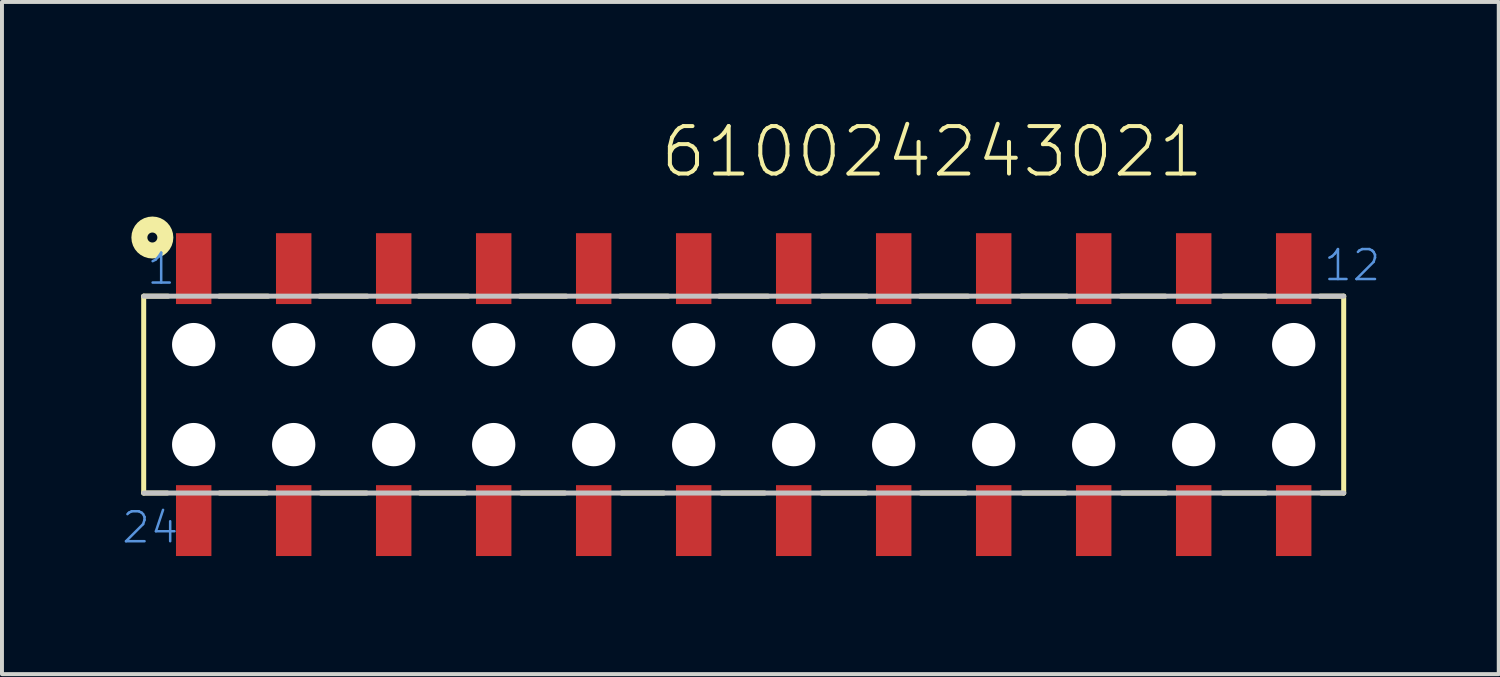
<source format=kicad_pcb>
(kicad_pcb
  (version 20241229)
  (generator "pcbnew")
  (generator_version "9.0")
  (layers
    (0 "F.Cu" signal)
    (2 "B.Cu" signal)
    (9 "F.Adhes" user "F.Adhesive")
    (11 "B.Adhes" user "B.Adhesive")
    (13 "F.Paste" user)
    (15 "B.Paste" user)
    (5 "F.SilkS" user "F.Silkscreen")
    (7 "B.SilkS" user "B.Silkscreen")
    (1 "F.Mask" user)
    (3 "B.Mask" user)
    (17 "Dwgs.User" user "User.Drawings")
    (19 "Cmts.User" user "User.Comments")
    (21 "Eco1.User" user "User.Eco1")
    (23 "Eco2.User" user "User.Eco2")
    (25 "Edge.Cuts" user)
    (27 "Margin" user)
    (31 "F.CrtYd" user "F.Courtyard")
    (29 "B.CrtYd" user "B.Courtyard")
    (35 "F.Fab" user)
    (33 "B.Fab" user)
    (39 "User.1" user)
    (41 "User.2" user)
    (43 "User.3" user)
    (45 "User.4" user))
  (footprint "610024243021"
    (layer "F.Cu")
    (at 15.84 6.973)
    (property "Reference" "610024243021" (at -2.172 -5.462 0) (layer "F.SilkS") (effects (font (size 1.206 1.206) (thickness 0.102)) (justify left bottom)))
    (attr through_hole)
    (fp_line (start -15.24 -2.5) (end -15.24 2.5) (stroke (width 0.127) (type solid)) (layer "F.SilkS"))
    (fp_line (start -14.64 2.5) (end -15.24 2.5) (stroke (width 0.127) (type solid)) (layer "F.SilkS"))
    (fp_line (start -14.62 -2.5) (end -15.24 -2.5) (stroke (width 0.127) (type solid)) (layer "F.SilkS"))
    (fp_line (start -13.32 -2.5) (end -12.08 -2.5) (stroke (width 0.127) (type solid)) (layer "F.SilkS"))
    (fp_line (start -13.31 2.5) (end -12.11 2.5) (stroke (width 0.127) (type solid)) (layer "F.SilkS"))
    (fp_line (start -10.77 -2.5) (end -9.56 -2.5) (stroke (width 0.127) (type solid)) (layer "F.SilkS"))
    (fp_line (start -10.74 2.5) (end -9.58 2.5) (stroke (width 0.127) (type solid)) (layer "F.SilkS"))
    (fp_line (start -8.25 -2.5) (end -7 -2.5) (stroke (width 0.127) (type solid)) (layer "F.SilkS"))
    (fp_line (start -8.22 2.5) (end -7.08 2.5) (stroke (width 0.127) (type solid)) (layer "F.SilkS"))
    (fp_line (start -5.68 -2.5) (end -4.51 -2.5) (stroke (width 0.127) (type solid)) (layer "F.SilkS"))
    (fp_line (start -5.65 2.5) (end -4.54 2.5) (stroke (width 0.127) (type solid)) (layer "F.SilkS"))
    (fp_line (start -3.14 -2.5) (end -1.92 -2.5) (stroke (width 0.127) (type solid)) (layer "F.SilkS"))
    (fp_line (start -3.1 2.5) (end -2.03 2.5) (stroke (width 0.127) (type solid)) (layer "F.SilkS"))
    (fp_line (start -0.62 -2.5) (end 0.62 -2.5) (stroke (width 0.127) (type solid)) (layer "F.SilkS"))
    (fp_line (start -0.56 2.5) (end 0.53 2.5) (stroke (width 0.127) (type solid)) (layer "F.SilkS"))
    (fp_line (start 1.98 -2.5) (end 3.13 -2.5) (stroke (width 0.127) (type solid)) (layer "F.SilkS"))
    (fp_line (start 1.98 2.5) (end 3.11 2.5) (stroke (width 0.127) (type solid)) (layer "F.SilkS"))
    (fp_line (start 4.48 -2.5) (end 5.7 -2.5) (stroke (width 0.127) (type solid)) (layer "F.SilkS"))
    (fp_line (start 4.5 2.5) (end 5.64 2.5) (stroke (width 0.127) (type solid)) (layer "F.SilkS"))
    (fp_line (start 7.05 -2.5) (end 8.21 -2.5) (stroke (width 0.127) (type solid)) (layer "F.SilkS"))
    (fp_line (start 7.09 2.5) (end 8.17 2.5) (stroke (width 0.127) (type solid)) (layer "F.SilkS"))
    (fp_line (start 9.58 -2.5) (end 10.71 -2.5) (stroke (width 0.127) (type solid)) (layer "F.SilkS"))
    (fp_line (start 9.61 2.5) (end 10.73 2.5) (stroke (width 0.127) (type solid)) (layer "F.SilkS"))
    (fp_line (start 12.17 2.5) (end 13.26 2.5) (stroke (width 0.127) (type solid)) (layer "F.SilkS"))
    (fp_line (start 12.18 -2.5) (end 13.27 -2.5) (stroke (width 0.127) (type solid)) (layer "F.SilkS"))
    (fp_line (start 14.64 -2.5) (end 15.24 -2.5) (stroke (width 0.127) (type solid)) (layer "F.SilkS"))
    (fp_line (start 14.67 2.5) (end 15.24 2.5) (stroke (width 0.127) (type solid)) (layer "F.SilkS"))
    (fp_line (start 15.24 2.5) (end 15.24 -2.5) (stroke (width 0.127) (type solid)) (layer "F.SilkS"))
    (fp_circle (center -15.02 -3.99) (end -14.893 -3.99) (stroke (width 0.406) (type solid)) (fill no) (layer "F.SilkS"))
    (fp_line (start -15.24 -2.5) (end 15.24 -2.5) (stroke (width 0.127) (type solid)) (layer "Dwgs.User"))
    (fp_line (start -15.24 2.5) (end 15.24 2.5) (stroke (width 0.127) (type solid)) (layer "Dwgs.User"))
    (fp_text user "12" (at 14.69 -2.84 0) (layer "Cmts.User") (effects (font (size 0.76 0.76) (thickness 0.064)) (justify left bottom)))
    (fp_text user "1" (at -15.2 -2.75 0) (layer "Cmts.User") (effects (font (size 0.76 0.76) (thickness 0.064)) (justify left bottom)))
    (fp_text user "24" (at -15.84 3.82 0) (layer "Cmts.User") (effects (font (size 0.76 0.76) (thickness 0.064)) (justify left bottom)))
    (pad "" np_thru_hole circle (at -13.97 -1.27) (size 1.1 1.1) (drill 1.1) (layers "*.Cu"))
    (pad "" np_thru_hole circle (at -13.97 1.27) (size 1.1 1.1) (drill 1.1) (layers "*.Cu"))
    (pad "" np_thru_hole circle (at -11.43 -1.27) (size 1.1 1.1) (drill 1.1) (layers "*.Cu"))
    (pad "" np_thru_hole circle (at -11.43 1.27) (size 1.1 1.1) (drill 1.1) (layers "*.Cu"))
    (pad "" np_thru_hole circle (at -8.89 -1.27) (size 1.1 1.1) (drill 1.1) (layers "*.Cu"))
    (pad "" np_thru_hole circle (at -8.89 1.27) (size 1.1 1.1) (drill 1.1) (layers "*.Cu"))
    (pad "" np_thru_hole circle (at -6.35 -1.27) (size 1.1 1.1) (drill 1.1) (layers "*.Cu"))
    (pad "" np_thru_hole circle (at -6.35 1.27) (size 1.1 1.1) (drill 1.1) (layers "*.Cu"))
    (pad "" np_thru_hole circle (at -3.81 -1.27) (size 1.1 1.1) (drill 1.1) (layers "*.Cu"))
    (pad "" np_thru_hole circle (at -3.81 1.27) (size 1.1 1.1) (drill 1.1) (layers "*.Cu"))
    (pad "" np_thru_hole circle (at -1.27 -1.27) (size 1.1 1.1) (drill 1.1) (layers "*.Cu"))
    (pad "" np_thru_hole circle (at -1.27 1.27) (size 1.1 1.1) (drill 1.1) (layers "*.Cu"))
    (pad "" np_thru_hole circle (at 1.27 -1.27) (size 1.1 1.1) (drill 1.1) (layers "*.Cu"))
    (pad "" np_thru_hole circle (at 1.27 1.27) (size 1.1 1.1) (drill 1.1) (layers "*.Cu"))
    (pad "" np_thru_hole circle (at 3.81 -1.27) (size 1.1 1.1) (drill 1.1) (layers "*.Cu"))
    (pad "" np_thru_hole circle (at 3.81 1.27) (size 1.1 1.1) (drill 1.1) (layers "*.Cu"))
    (pad "" np_thru_hole circle (at 6.35 -1.27) (size 1.1 1.1) (drill 1.1) (layers "*.Cu"))
    (pad "" np_thru_hole circle (at 6.35 1.27) (size 1.1 1.1) (drill 1.1) (layers "*.Cu"))
    (pad "" np_thru_hole circle (at 8.89 -1.27) (size 1.1 1.1) (drill 1.1) (layers "*.Cu"))
    (pad "" np_thru_hole circle (at 8.89 1.27) (size 1.1 1.1) (drill 1.1) (layers "*.Cu"))
    (pad "" np_thru_hole circle (at 11.43 -1.27) (size 1.1 1.1) (drill 1.1) (layers "*.Cu"))
    (pad "" np_thru_hole circle (at 11.43 1.27) (size 1.1 1.1) (drill 1.1) (layers "*.Cu"))
    (pad "" np_thru_hole circle (at 13.97 -1.27) (size 1.1 1.1) (drill 1.1) (layers "*.Cu"))
    (pad "" np_thru_hole circle (at 13.97 1.27) (size 1.1 1.1) (drill 1.1) (layers "*.Cu"))
    (pad "1" smd rect (at -13.97 -3.2 90) (size 1.8 0.9) (layers "F.Cu" "F.Mask" "F.Paste"))
    (pad "2" smd rect (at -11.43 -3.2 90) (size 1.8 0.9) (layers "F.Cu" "F.Mask" "F.Paste"))
    (pad "3" smd rect (at -8.89 -3.2 90) (size 1.8 0.9) (layers "F.Cu" "F.Mask" "F.Paste"))
    (pad "4" smd rect (at -6.35 -3.2 90) (size 1.8 0.9) (layers "F.Cu" "F.Mask" "F.Paste"))
    (pad "5" smd rect (at -3.81 -3.2 90) (size 1.8 0.9) (layers "F.Cu" "F.Mask" "F.Paste"))
    (pad "6" smd rect (at -1.27 -3.2 90) (size 1.8 0.9) (layers "F.Cu" "F.Mask" "F.Paste"))
    (pad "7" smd rect (at 1.27 -3.2 90) (size 1.8 0.9) (layers "F.Cu" "F.Mask" "F.Paste"))
    (pad "8" smd rect (at 3.81 -3.2 90) (size 1.8 0.9) (layers "F.Cu" "F.Mask" "F.Paste"))
    (pad "9" smd rect (at 6.35 -3.2 90) (size 1.8 0.9) (layers "F.Cu" "F.Mask" "F.Paste"))
    (pad "10" smd rect (at 8.89 -3.2 90) (size 1.8 0.9) (layers "F.Cu" "F.Mask" "F.Paste"))
    (pad "11" smd rect (at 11.43 -3.2 90) (size 1.8 0.9) (layers "F.Cu" "F.Mask" "F.Paste"))
    (pad "12" smd rect (at 13.97 -3.2 90) (size 1.8 0.9) (layers "F.Cu" "F.Mask" "F.Paste"))
    (pad "13" smd rect (at 13.97 3.2 90) (size 1.8 0.9) (layers "F.Cu" "F.Mask" "F.Paste"))
    (pad "14" smd rect (at 11.43 3.2 90) (size 1.8 0.9) (layers "F.Cu" "F.Mask" "F.Paste"))
    (pad "15" smd rect (at 8.89 3.2 90) (size 1.8 0.9) (layers "F.Cu" "F.Mask" "F.Paste"))
    (pad "16" smd rect (at 6.35 3.2 90) (size 1.8 0.9) (layers "F.Cu" "F.Mask" "F.Paste"))
    (pad "17" smd rect (at 3.81 3.2 90) (size 1.8 0.9) (layers "F.Cu" "F.Mask" "F.Paste"))
    (pad "18" smd rect (at 1.27 3.2 90) (size 1.8 0.9) (layers "F.Cu" "F.Mask" "F.Paste"))
    (pad "19" smd rect (at -1.27 3.2 90) (size 1.8 0.9) (layers "F.Cu" "F.Mask" "F.Paste"))
    (pad "20" smd rect (at -3.81 3.2 90) (size 1.8 0.9) (layers "F.Cu" "F.Mask" "F.Paste"))
    (pad "21" smd rect (at -6.35 3.2 90) (size 1.8 0.9) (layers "F.Cu" "F.Mask" "F.Paste"))
    (pad "22" smd rect (at -8.89 3.2 90) (size 1.8 0.9) (layers "F.Cu" "F.Mask" "F.Paste"))
    (pad "23" smd rect (at -11.43 3.2 90) (size 1.8 0.9) (layers "F.Cu" "F.Mask" "F.Paste"))
    (pad "24" smd rect (at -13.97 3.2 90) (size 1.8 0.9) (layers "F.Cu" "F.Mask" "F.Paste")))
  (gr_rect
    (start -3 -3)
    (end 35.018 14.073)
    (stroke (width 0.1) (type default))
    (fill no)
    (layer "Edge.Cuts")))
</source>
